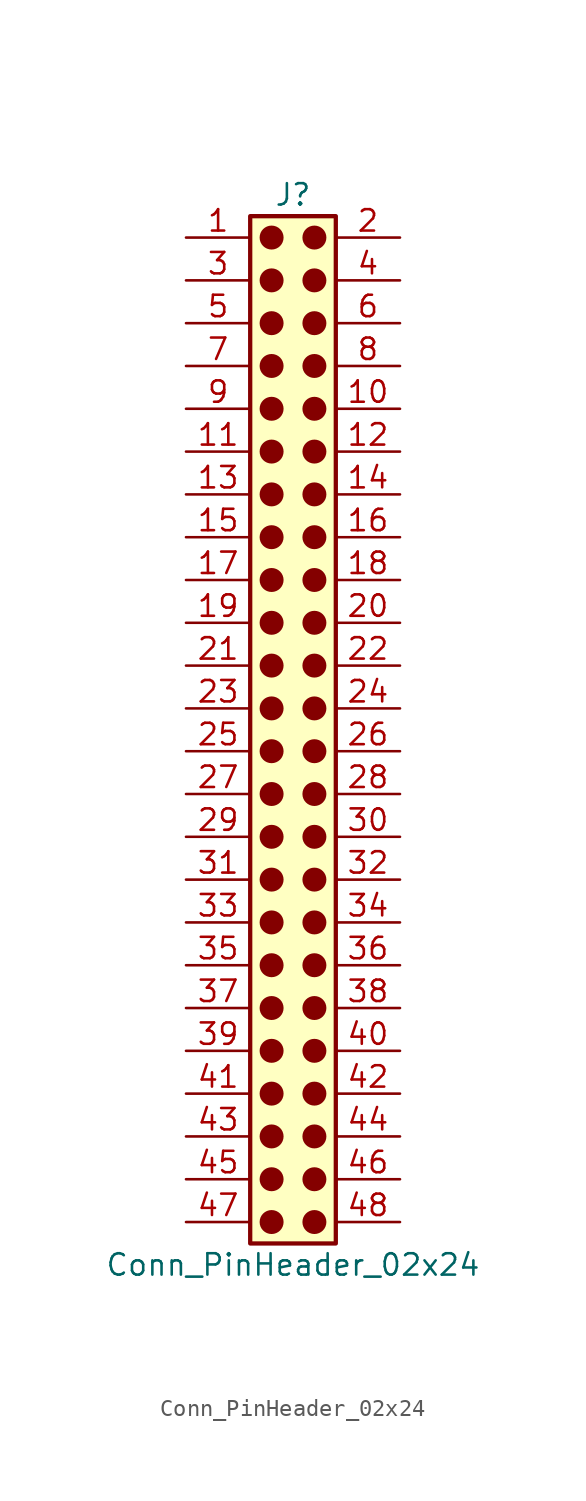
<source format=kicad_sym>
(kicad_symbol_lib
  (version 20241209)
  (generator "kicad_symbol_editor")
  (generator_version "9.0")
  (symbol "Conn_PinHeader_02x24"
    (pin_names
      (offset 1.016)
      (hide yes))
    (property "Reference" "J"
      (at 1.27 30.48 0)
      (effects (font (size 1.27 1.27))))
    (property "Value" "Conn_PinHeader_02x24"
      (at 1.27 -33.02 0)
      (effects (font (size 1.27 1.27))))
    (symbol "Conn_PinHeader_02x24_1_1"
      (rectangle (start -1.27 29.21) (end 3.81 -31.75) (stroke (width 0.254) (type default)) (fill (type background)))
      (circle (center 0 27.94) (radius 0.635) (stroke (width 0) (type solid) (color 132 0 0 1)) (fill (type outline)))
      (circle (center 0 25.4) (radius 0.635) (stroke (width 0) (type solid) (color 132 0 0 1)) (fill (type outline)))
      (circle (center 0 22.86) (radius 0.635) (stroke (width 0) (type solid) (color 132 0 0 1)) (fill (type outline)))
      (circle (center 0 20.32) (radius 0.635) (stroke (width 0) (type solid) (color 132 0 0 1)) (fill (type outline)))
      (circle (center 0 17.78) (radius 0.635) (stroke (width 0) (type solid) (color 132 0 0 1)) (fill (type outline)))
      (circle (center 0 15.24) (radius 0.635) (stroke (width 0) (type solid) (color 132 0 0 1)) (fill (type outline)))
      (circle (center 0 12.7) (radius 0.635) (stroke (width 0) (type solid) (color 132 0 0 1)) (fill (type outline)))
      (circle (center 0 10.16) (radius 0.635) (stroke (width 0) (type solid) (color 132 0 0 1)) (fill (type outline)))
      (circle (center 0 7.62) (radius 0.635) (stroke (width 0) (type solid) (color 132 0 0 1)) (fill (type outline)))
      (circle (center 0 5.08) (radius 0.635) (stroke (width 0) (type solid) (color 132 0 0 1)) (fill (type outline)))
      (circle (center 0 2.54) (radius 0.635) (stroke (width 0) (type solid) (color 132 0 0 1)) (fill (type outline)))
      (circle (center 0 0) (radius 0.635) (stroke (width 0) (type solid) (color 132 0 0 1)) (fill (type outline)))
      (circle (center 0 -2.54) (radius 0.635) (stroke (width 0) (type solid) (color 132 0 0 1)) (fill (type outline)))
      (circle (center 0 -5.08) (radius 0.635) (stroke (width 0) (type solid) (color 132 0 0 1)) (fill (type outline)))
      (circle (center 0 -7.62) (radius 0.635) (stroke (width 0) (type solid) (color 132 0 0 1)) (fill (type outline)))
      (circle (center 0 -10.16) (radius 0.635) (stroke (width 0) (type solid) (color 132 0 0 1)) (fill (type outline)))
      (circle (center 0 -12.7) (radius 0.635) (stroke (width 0) (type solid) (color 132 0 0 1)) (fill (type outline)))
      (circle (center 0 -15.24) (radius 0.635) (stroke (width 0) (type solid) (color 132 0 0 1)) (fill (type outline)))
      (circle (center 0 -17.78) (radius 0.635) (stroke (width 0) (type solid) (color 132 0 0 1)) (fill (type outline)))
      (circle (center 0 -20.32) (radius 0.635) (stroke (width 0) (type solid) (color 132 0 0 1)) (fill (type outline)))
      (circle (center 0 -22.86) (radius 0.635) (stroke (width 0) (type solid) (color 132 0 0 1)) (fill (type outline)))
      (circle (center 0 -25.4) (radius 0.635) (stroke (width 0) (type solid) (color 132 0 0 1)) (fill (type outline)))
      (circle (center 0 -27.94) (radius 0.635) (stroke (width 0) (type solid) (color 132 0 0 1)) (fill (type outline)))
      (circle (center 0 -30.48) (radius 0.635) (stroke (width 0) (type solid) (color 132 0 0 1)) (fill (type outline)))
      (circle (center 2.54 27.94) (radius 0.635) (stroke (width 0) (type solid) (color 132 0 0 1)) (fill (type outline)))
      (circle (center 2.54 25.4) (radius 0.635) (stroke (width 0) (type solid) (color 132 0 0 1)) (fill (type outline)))
      (circle (center 2.54 22.86) (radius 0.635) (stroke (width 0) (type solid) (color 132 0 0 1)) (fill (type outline)))
      (circle (center 2.54 20.32) (radius 0.635) (stroke (width 0) (type solid) (color 132 0 0 1)) (fill (type outline)))
      (circle (center 2.54 17.78) (radius 0.635) (stroke (width 0) (type solid) (color 132 0 0 1)) (fill (type outline)))
      (circle (center 2.54 15.24) (radius 0.635) (stroke (width 0) (type solid) (color 132 0 0 1)) (fill (type outline)))
      (circle (center 2.54 12.7) (radius 0.635) (stroke (width 0) (type solid) (color 132 0 0 1)) (fill (type outline)))
      (circle (center 2.54 10.16) (radius 0.635) (stroke (width 0) (type solid) (color 132 0 0 1)) (fill (type outline)))
      (circle (center 2.54 7.62) (radius 0.635) (stroke (width 0) (type solid) (color 132 0 0 1)) (fill (type outline)))
      (circle (center 2.54 5.08) (radius 0.635) (stroke (width 0) (type solid) (color 132 0 0 1)) (fill (type outline)))
      (circle (center 2.54 2.54) (radius 0.635) (stroke (width 0) (type solid) (color 132 0 0 1)) (fill (type outline)))
      (circle (center 2.54 0) (radius 0.635) (stroke (width 0) (type solid) (color 132 0 0 1)) (fill (type outline)))
      (circle (center 2.54 -2.54) (radius 0.635) (stroke (width 0) (type solid) (color 132 0 0 1)) (fill (type outline)))
      (circle (center 2.54 -5.08) (radius 0.635) (stroke (width 0) (type solid) (color 132 0 0 1)) (fill (type outline)))
      (circle (center 2.54 -7.62) (radius 0.635) (stroke (width 0) (type solid) (color 132 0 0 1)) (fill (type outline)))
      (circle (center 2.54 -10.16) (radius 0.635) (stroke (width 0) (type solid) (color 132 0 0 1)) (fill (type outline)))
      (circle (center 2.54 -12.7) (radius 0.635) (stroke (width 0) (type solid) (color 132 0 0 1)) (fill (type outline)))
      (circle (center 2.54 -15.24) (radius 0.635) (stroke (width 0) (type solid) (color 132 0 0 1)) (fill (type outline)))
      (circle (center 2.54 -17.78) (radius 0.635) (stroke (width 0) (type solid) (color 132 0 0 1)) (fill (type outline)))
      (circle (center 2.54 -20.32) (radius 0.635) (stroke (width 0) (type solid) (color 132 0 0 1)) (fill (type outline)))
      (circle (center 2.54 -22.86) (radius 0.635) (stroke (width 0) (type solid) (color 132 0 0 1)) (fill (type outline)))
      (circle (center 2.54 -25.4) (radius 0.635) (stroke (width 0) (type solid) (color 132 0 0 1)) (fill (type outline)))
      (circle (center 2.54 -27.94) (radius 0.635) (stroke (width 0) (type solid) (color 132 0 0 1)) (fill (type outline)))
      (circle (center 2.54 -30.48) (radius 0.635) (stroke (width 0) (type solid) (color 132 0 0 1)) (fill (type outline)))
      (pin passive line (at -5.08 27.94 0) (length 3.81) (name "Pin_1" (effects (font (size 1.27 1.27)))) (number "1" (effects (font (size 1.27 1.27)))))
      (pin passive line (at -5.08 25.4 0) (length 3.81) (name "Pin_3" (effects (font (size 1.27 1.27)))) (number "3" (effects (font (size 1.27 1.27)))))
      (pin passive line (at -5.08 22.86 0) (length 3.81) (name "Pin_5" (effects (font (size 1.27 1.27)))) (number "5" (effects (font (size 1.27 1.27)))))
      (pin passive line (at -5.08 20.32 0) (length 3.81) (name "Pin_7" (effects (font (size 1.27 1.27)))) (number "7" (effects (font (size 1.27 1.27)))))
      (pin passive line (at -5.08 17.78 0) (length 3.81) (name "Pin_9" (effects (font (size 1.27 1.27)))) (number "9" (effects (font (size 1.27 1.27)))))
      (pin passive line (at -5.08 15.24 0) (length 3.81) (name "Pin_11" (effects (font (size 1.27 1.27)))) (number "11" (effects (font (size 1.27 1.27)))))
      (pin passive line (at -5.08 12.7 0) (length 3.81) (name "Pin_13" (effects (font (size 1.27 1.27)))) (number "13" (effects (font (size 1.27 1.27)))))
      (pin passive line (at -5.08 10.16 0) (length 3.81) (name "Pin_15" (effects (font (size 1.27 1.27)))) (number "15" (effects (font (size 1.27 1.27)))))
      (pin passive line (at -5.08 7.62 0) (length 3.81) (name "Pin_17" (effects (font (size 1.27 1.27)))) (number "17" (effects (font (size 1.27 1.27)))))
      (pin passive line (at -5.08 5.08 0) (length 3.81) (name "Pin_19" (effects (font (size 1.27 1.27)))) (number "19" (effects (font (size 1.27 1.27)))))
      (pin passive line (at -5.08 2.54 0) (length 3.81) (name "Pin_21" (effects (font (size 1.27 1.27)))) (number "21" (effects (font (size 1.27 1.27)))))
      (pin passive line (at -5.08 0 0) (length 3.81) (name "Pin_23" (effects (font (size 1.27 1.27)))) (number "23" (effects (font (size 1.27 1.27)))))
      (pin passive line (at -5.08 -2.54 0) (length 3.81) (name "Pin_25" (effects (font (size 1.27 1.27)))) (number "25" (effects (font (size 1.27 1.27)))))
      (pin passive line (at -5.08 -5.08 0) (length 3.81) (name "Pin_27" (effects (font (size 1.27 1.27)))) (number "27" (effects (font (size 1.27 1.27)))))
      (pin passive line (at -5.08 -7.62 0) (length 3.81) (name "Pin_29" (effects (font (size 1.27 1.27)))) (number "29" (effects (font (size 1.27 1.27)))))
      (pin passive line (at -5.08 -10.16 0) (length 3.81) (name "Pin_31" (effects (font (size 1.27 1.27)))) (number "31" (effects (font (size 1.27 1.27)))))
      (pin passive line (at -5.08 -12.7 0) (length 3.81) (name "Pin_33" (effects (font (size 1.27 1.27)))) (number "33" (effects (font (size 1.27 1.27)))))
      (pin passive line (at -5.08 -15.24 0) (length 3.81) (name "Pin_35" (effects (font (size 1.27 1.27)))) (number "35" (effects (font (size 1.27 1.27)))))
      (pin passive line (at -5.08 -17.78 0) (length 3.81) (name "Pin_37" (effects (font (size 1.27 1.27)))) (number "37" (effects (font (size 1.27 1.27)))))
      (pin passive line (at -5.08 -20.32 0) (length 3.81) (name "Pin_39" (effects (font (size 1.27 1.27)))) (number "39" (effects (font (size 1.27 1.27)))))
      (pin passive line (at -5.08 -22.86 0) (length 3.81) (name "Pin_41" (effects (font (size 1.27 1.27)))) (number "41" (effects (font (size 1.27 1.27)))))
      (pin passive line (at -5.08 -25.4 0) (length 3.81) (name "Pin_43" (effects (font (size 1.27 1.27)))) (number "43" (effects (font (size 1.27 1.27)))))
      (pin passive line (at -5.08 -27.94 0) (length 3.81) (name "Pin_45" (effects (font (size 1.27 1.27)))) (number "45" (effects (font (size 1.27 1.27)))))
      (pin passive line (at -5.08 -30.48 0) (length 3.81) (name "Pin_47" (effects (font (size 1.27 1.27)))) (number "47" (effects (font (size 1.27 1.27)))))
      (pin passive line (at 7.62 27.94 180) (length 3.81) (name "Pin_2" (effects (font (size 1.27 1.27)))) (number "2" (effects (font (size 1.27 1.27)))))
      (pin passive line (at 7.62 25.4 180) (length 3.81) (name "Pin_4" (effects (font (size 1.27 1.27)))) (number "4" (effects (font (size 1.27 1.27)))))
      (pin passive line (at 7.62 22.86 180) (length 3.81) (name "Pin_6" (effects (font (size 1.27 1.27)))) (number "6" (effects (font (size 1.27 1.27)))))
      (pin passive line (at 7.62 20.32 180) (length 3.81) (name "Pin_8" (effects (font (size 1.27 1.27)))) (number "8" (effects (font (size 1.27 1.27)))))
      (pin passive line (at 7.62 17.78 180) (length 3.81) (name "Pin_10" (effects (font (size 1.27 1.27)))) (number "10" (effects (font (size 1.27 1.27)))))
      (pin passive line (at 7.62 15.24 180) (length 3.81) (name "Pin_12" (effects (font (size 1.27 1.27)))) (number "12" (effects (font (size 1.27 1.27)))))
      (pin passive line (at 7.62 12.7 180) (length 3.81) (name "Pin_14" (effects (font (size 1.27 1.27)))) (number "14" (effects (font (size 1.27 1.27)))))
      (pin passive line (at 7.62 10.16 180) (length 3.81) (name "Pin_16" (effects (font (size 1.27 1.27)))) (number "16" (effects (font (size 1.27 1.27)))))
      (pin passive line (at 7.62 7.62 180) (length 3.81) (name "Pin_18" (effects (font (size 1.27 1.27)))) (number "18" (effects (font (size 1.27 1.27)))))
      (pin passive line (at 7.62 5.08 180) (length 3.81) (name "Pin_20" (effects (font (size 1.27 1.27)))) (number "20" (effects (font (size 1.27 1.27)))))
      (pin passive line (at 7.62 2.54 180) (length 3.81) (name "Pin_22" (effects (font (size 1.27 1.27)))) (number "22" (effects (font (size 1.27 1.27)))))
      (pin passive line (at 7.62 0 180) (length 3.81) (name "Pin_24" (effects (font (size 1.27 1.27)))) (number "24" (effects (font (size 1.27 1.27)))))
      (pin passive line (at 7.62 -2.54 180) (length 3.81) (name "Pin_26" (effects (font (size 1.27 1.27)))) (number "26" (effects (font (size 1.27 1.27)))))
      (pin passive line (at 7.62 -5.08 180) (length 3.81) (name "Pin_28" (effects (font (size 1.27 1.27)))) (number "28" (effects (font (size 1.27 1.27)))))
      (pin passive line (at 7.62 -7.62 180) (length 3.81) (name "Pin_30" (effects (font (size 1.27 1.27)))) (number "30" (effects (font (size 1.27 1.27)))))
      (pin passive line (at 7.62 -10.16 180) (length 3.81) (name "Pin_32" (effects (font (size 1.27 1.27)))) (number "32" (effects (font (size 1.27 1.27)))))
      (pin passive line (at 7.62 -12.7 180) (length 3.81) (name "Pin_34" (effects (font (size 1.27 1.27)))) (number "34" (effects (font (size 1.27 1.27)))))
      (pin passive line (at 7.62 -15.24 180) (length 3.81) (name "Pin_36" (effects (font (size 1.27 1.27)))) (number "36" (effects (font (size 1.27 1.27)))))
      (pin passive line (at 7.62 -17.78 180) (length 3.81) (name "Pin_38" (effects (font (size 1.27 1.27)))) (number "38" (effects (font (size 1.27 1.27)))))
      (pin passive line (at 7.62 -20.32 180) (length 3.81) (name "Pin_40" (effects (font (size 1.27 1.27)))) (number "40" (effects (font (size 1.27 1.27)))))
      (pin passive line (at 7.62 -22.86 180) (length 3.81) (name "Pin_42" (effects (font (size 1.27 1.27)))) (number "42" (effects (font (size 1.27 1.27)))))
      (pin passive line (at 7.62 -25.4 180) (length 3.81) (name "Pin_44" (effects (font (size 1.27 1.27)))) (number "44" (effects (font (size 1.27 1.27)))))
      (pin passive line (at 7.62 -27.94 180) (length 3.81) (name "Pin_46" (effects (font (size 1.27 1.27)))) (number "46" (effects (font (size 1.27 1.27)))))
      (pin passive line (at 7.62 -30.48 180) (length 3.81) (name "Pin_48" (effects (font (size 1.27 1.27)))) (number "48" (effects (font (size 1.27 1.27))))))))
</source>
